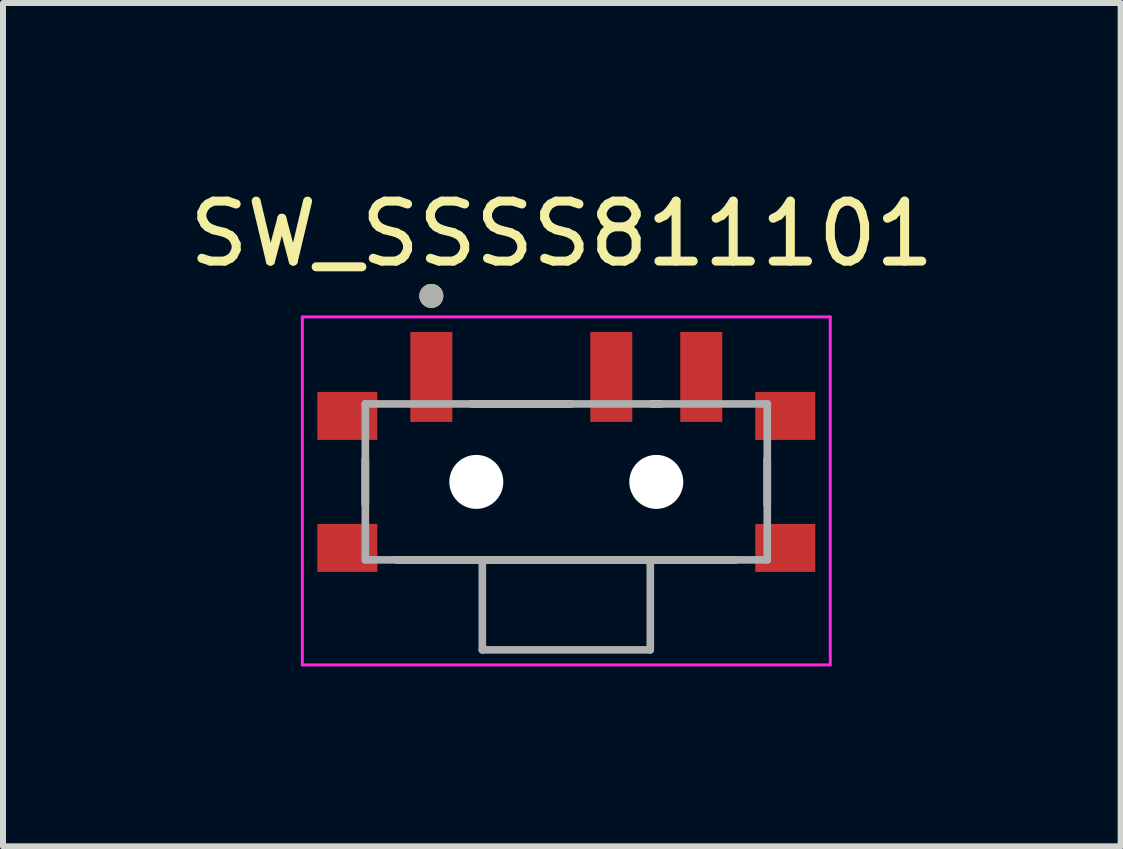
<source format=kicad_pcb>
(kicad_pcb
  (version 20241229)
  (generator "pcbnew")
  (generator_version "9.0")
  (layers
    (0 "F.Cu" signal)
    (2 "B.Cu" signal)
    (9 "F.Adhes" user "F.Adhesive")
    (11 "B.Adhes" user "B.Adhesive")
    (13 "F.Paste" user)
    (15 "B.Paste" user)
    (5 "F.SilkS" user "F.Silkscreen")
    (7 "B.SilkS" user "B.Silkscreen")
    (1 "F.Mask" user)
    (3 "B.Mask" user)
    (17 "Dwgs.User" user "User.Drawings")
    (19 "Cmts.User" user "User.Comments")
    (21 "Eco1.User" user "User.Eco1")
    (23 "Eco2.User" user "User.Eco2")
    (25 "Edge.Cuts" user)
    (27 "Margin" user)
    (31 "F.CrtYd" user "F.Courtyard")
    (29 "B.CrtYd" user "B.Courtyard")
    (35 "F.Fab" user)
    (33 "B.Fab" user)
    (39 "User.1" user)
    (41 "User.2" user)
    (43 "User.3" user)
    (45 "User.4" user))
  (footprint "SW_SSSS811101"
    (layer "F.Cu")
    (at 6.39 4.983)
    (property "Reference" "SW_SSSS811101" (at -0.075 -4.135 0) (layer "F.SilkS") (effects (font (size 1 1) (thickness 0.15))))
    (attr smd)
    (fp_line (start -3.35 0.38) (end -3.35 -0.38) (stroke (width 0.127) (type solid)) (layer "F.SilkS"))
    (fp_line (start -1.58 -1.3) (end 0.08 -1.3) (stroke (width 0.127) (type solid)) (layer "F.SilkS"))
    (fp_line (start 1.42 -1.3) (end 1.58 -1.3) (stroke (width 0.127) (type solid)) (layer "F.SilkS"))
    (fp_line (start 2.83 1.3) (end -2.83 1.3) (stroke (width 0.127) (type solid)) (layer "F.SilkS"))
    (fp_line (start 3.35 0.38) (end 3.35 -0.38) (stroke (width 0.127) (type solid)) (layer "F.SilkS"))
    (fp_circle (center -2.25 -3.1) (end -2.15 -3.1) (stroke (width 0.2) (type solid)) (fill no) (layer "F.SilkS"))
    (fp_line (start -4.4 -2.75) (end -4.4 3.05) (stroke (width 0.05) (type solid)) (layer "F.CrtYd"))
    (fp_line (start -4.4 3.05) (end 4.4 3.05) (stroke (width 0.05) (type solid)) (layer "F.CrtYd"))
    (fp_line (start 4.4 -2.75) (end -4.4 -2.75) (stroke (width 0.05) (type solid)) (layer "F.CrtYd"))
    (fp_line (start 4.4 3.05) (end 4.4 -2.75) (stroke (width 0.05) (type solid)) (layer "F.CrtYd"))
    (fp_line (start -3.35 -1.3) (end 3.35 -1.3) (stroke (width 0.127) (type solid)) (layer "F.Fab"))
    (fp_line (start -3.35 1.3) (end -3.35 -1.3) (stroke (width 0.127) (type solid)) (layer "F.Fab"))
    (fp_line (start -1.4 1.3) (end -3.35 1.3) (stroke (width 0.127) (type solid)) (layer "F.Fab"))
    (fp_line (start -1.4 2.8) (end -1.4 1.3) (stroke (width 0.127) (type solid)) (layer "F.Fab"))
    (fp_line (start 1.4 1.3) (end -1.4 1.3) (stroke (width 0.127) (type solid)) (layer "F.Fab"))
    (fp_line (start 1.4 1.3) (end 1.4 2.8) (stroke (width 0.127) (type solid)) (layer "F.Fab"))
    (fp_line (start 1.4 2.8) (end -1.4 2.8) (stroke (width 0.127) (type solid)) (layer "F.Fab"))
    (fp_line (start 3.35 -1.3) (end 3.35 1.3) (stroke (width 0.127) (type solid)) (layer "F.Fab"))
    (fp_line (start 3.35 1.3) (end 1.4 1.3) (stroke (width 0.127) (type solid)) (layer "F.Fab"))
    (fp_circle (center -2.25 -3.1) (end -2.15 -3.1) (stroke (width 0.2) (type solid)) (fill no) (layer "F.Fab"))
    (pad "" np_thru_hole circle (at -1.5 0) (size 0.9 0.9) (drill 0.9) (layers "*.Cu" "*.Mask"))
    (pad "" np_thru_hole circle (at 1.5 0) (size 0.9 0.9) (drill 0.9) (layers "*.Cu" "*.Mask"))
    (pad "1" smd rect (at -2.25 -1.75) (size 0.7 1.5) (layers "F.Cu" "F.Mask" "F.Paste"))
    (pad "2" smd rect (at 0.75 -1.75) (size 0.7 1.5) (layers "F.Cu" "F.Mask" "F.Paste"))
    (pad "3" smd rect (at 2.25 -1.75) (size 0.7 1.5) (layers "F.Cu" "F.Mask" "F.Paste"))
    (pad "SH1" smd rect (at -3.65 -1.1) (size 1 0.8) (layers "F.Cu" "F.Mask" "F.Paste"))
    (pad "SH2" smd rect (at 3.65 -1.1) (size 1 0.8) (layers "F.Cu" "F.Mask" "F.Paste"))
    (pad "SH3" smd rect (at -3.65 1.1) (size 1 0.8) (layers "F.Cu" "F.Mask" "F.Paste"))
    (pad "SH4" smd rect (at 3.65 1.1) (size 1 0.8) (layers "F.Cu" "F.Mask" "F.Paste")))
  (gr_rect
    (start -3 -3)
    (end 15.631 11.058)
    (stroke (width 0.1) (type default))
    (fill no)
    (layer "Edge.Cuts")))
</source>
